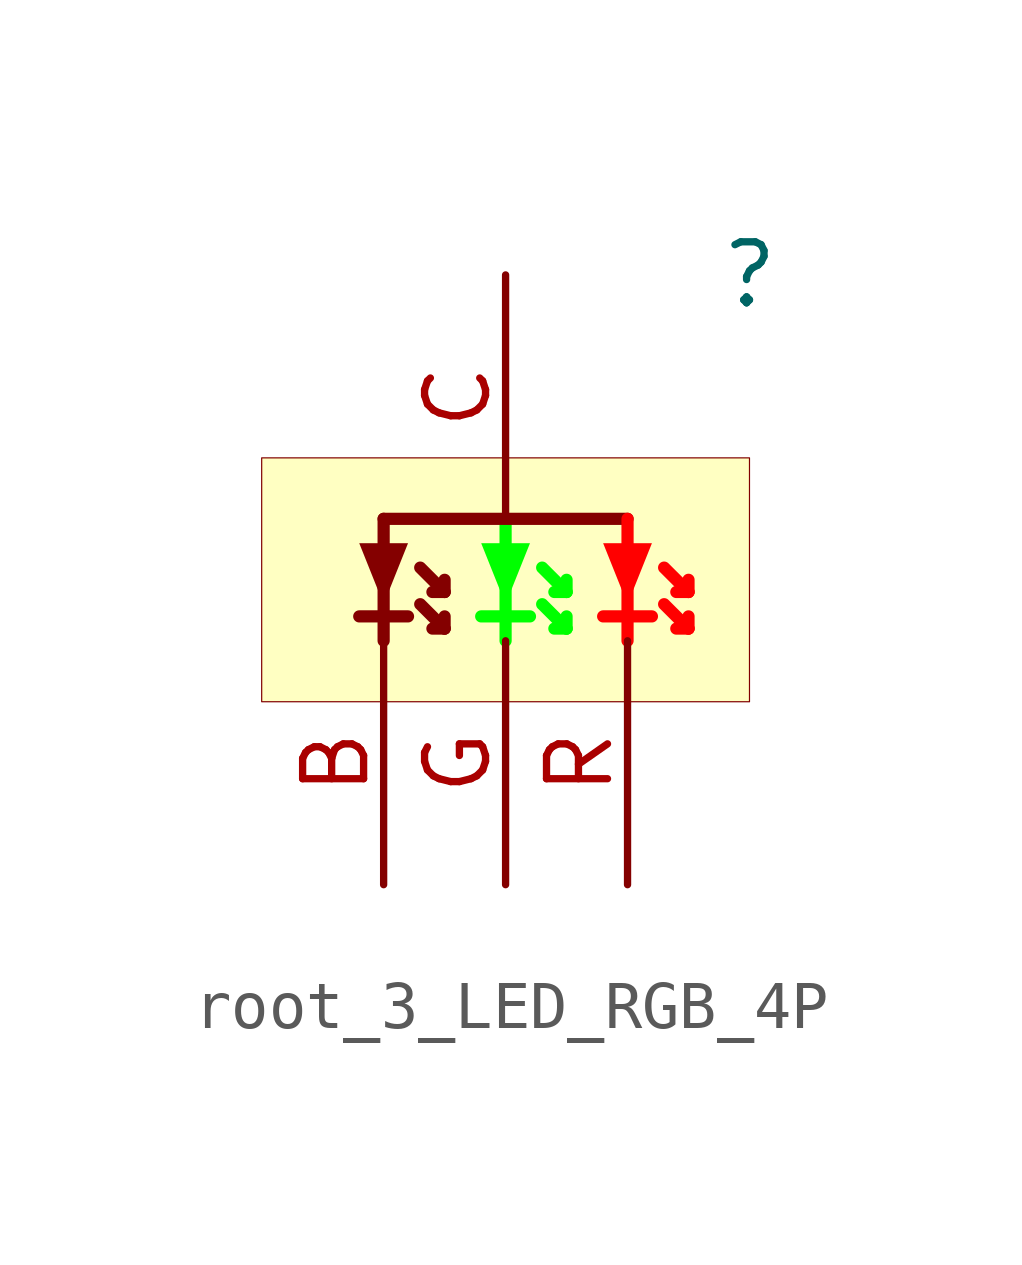
<source format=kicad_sym>
(kicad_symbol_lib
  (version 20231120)
  (generator "kicad_symbol_editor")
  (generator_version "8.0")
  (symbol "root_3_LED_RGB_4P"
    (property "Reference" ""
      (at 0 0 0)
      (effects (font (size 1.27 1.27))))
    (property "Value" ""
      (at 0 0 0)
      (effects (font (size 1.27 1.27))))
    (symbol "root_3_LED_RGB_4P_1_0"
      (rectangle (start 0 -3.81) (end -10.16 -8.89) (stroke (width 0.025) (type solid) (color 128 0 0 1)) (fill (type background)))
      (polyline (pts (xy -7.62 -5.08) (xy -7.62 -7.62)) (stroke (width 0.254) (type solid)) (fill (type none)))
      (polyline (pts (xy -7.112 -7.112) (xy -8.128 -7.112)) (stroke (width 0.254) (type solid)) (fill (type none)))
      (polyline (pts (xy -6.858 -6.858) (xy -6.35 -7.366)) (stroke (width 0.254) (type solid)) (fill (type none)))
      (polyline (pts (xy -6.858 -6.096) (xy -6.35 -6.604)) (stroke (width 0.254) (type solid)) (fill (type none)))
      (polyline (pts (xy -6.35 -7.366) (xy -6.604 -7.366)) (stroke (width 0.254) (type solid)) (fill (type none)))
      (polyline (pts (xy -6.35 -7.366) (xy -6.35 -7.112)) (stroke (width 0.254) (type solid)) (fill (type none)))
      (polyline (pts (xy -6.35 -6.604) (xy -6.604 -6.604)) (stroke (width 0.254) (type solid)) (fill (type none)))
      (polyline (pts (xy -6.35 -6.604) (xy -6.35 -6.35)) (stroke (width 0.254) (type solid)) (fill (type none)))
      (polyline (pts (xy -5.08 -5.08) (xy -5.08 -7.62)) (stroke (width 0.254) (type solid) (color 0 255 0 1)) (fill (type none)))
      (polyline (pts (xy -4.572 -7.112) (xy -5.588 -7.112)) (stroke (width 0.254) (type solid) (color 0 255 0 1)) (fill (type none)))
      (polyline (pts (xy -4.318 -6.858) (xy -3.81 -7.366)) (stroke (width 0.254) (type solid) (color 0 255 0 1)) (fill (type none)))
      (polyline (pts (xy -4.318 -6.096) (xy -3.81 -6.604)) (stroke (width 0.254) (type solid) (color 0 255 0 1)) (fill (type none)))
      (polyline (pts (xy -3.81 -7.366) (xy -4.064 -7.366)) (stroke (width 0.254) (type solid) (color 0 255 0 1)) (fill (type none)))
      (polyline (pts (xy -3.81 -7.366) (xy -3.81 -7.112)) (stroke (width 0.254) (type solid) (color 0 255 0 1)) (fill (type none)))
      (polyline (pts (xy -3.81 -6.604) (xy -4.064 -6.604)) (stroke (width 0.254) (type solid) (color 0 255 0 1)) (fill (type none)))
      (polyline (pts (xy -3.81 -6.604) (xy -3.81 -6.35)) (stroke (width 0.254) (type solid) (color 0 255 0 1)) (fill (type none)))
      (polyline (pts (xy -2.54 -5.08) (xy -7.62 -5.08)) (stroke (width 0.254) (type solid)) (fill (type none)))
      (polyline (pts (xy -2.54 -5.08) (xy -2.54 -7.62)) (stroke (width 0.254) (type solid) (color 255 0 0 1)) (fill (type none)))
      (polyline (pts (xy -2.032 -7.112) (xy -3.048 -7.112)) (stroke (width 0.254) (type solid) (color 255 0 0 1)) (fill (type none)))
      (polyline (pts (xy -1.778 -6.858) (xy -1.27 -7.366)) (stroke (width 0.254) (type solid) (color 255 0 0 1)) (fill (type none)))
      (polyline (pts (xy -1.778 -6.096) (xy -1.27 -6.604)) (stroke (width 0.254) (type solid) (color 255 0 0 1)) (fill (type none)))
      (polyline (pts (xy -1.27 -7.366) (xy -1.524 -7.366)) (stroke (width 0.254) (type solid) (color 255 0 0 1)) (fill (type none)))
      (polyline (pts (xy -1.27 -7.366) (xy -1.27 -7.112)) (stroke (width 0.254) (type solid) (color 255 0 0 1)) (fill (type none)))
      (polyline (pts (xy -1.27 -6.604) (xy -1.524 -6.604)) (stroke (width 0.254) (type solid) (color 255 0 0 1)) (fill (type none)))
      (polyline (pts (xy -1.27 -6.604) (xy -1.27 -6.35)) (stroke (width 0.254) (type solid) (color 255 0 0 1)) (fill (type none)))
      (polyline (pts (xy -7.62 -6.858) (xy -7.112 -5.588) (xy -8.128 -5.588) (xy -7.62 -6.858)) (stroke (width -0.0001) (type solid)) (fill (type outline)))
      (polyline (pts (xy -5.08 -6.858) (xy -4.572 -5.588) (xy -5.588 -5.588) (xy -5.08 -6.858)) (stroke (width -0.0001) (type solid) (color 0 255 0 1)) (fill (type outline)))
      (polyline (pts (xy -2.54 -6.858) (xy -2.032 -5.588) (xy -3.048 -5.588) (xy -2.54 -6.858)) (stroke (width -0.0001) (type solid) (color 255 0 0 1)) (fill (type outline)))
      (pin passive line (at -7.62 -12.7 90) (length 5.08) (name "B" (effects (font (size 0 0)))) (number "B" (effects (font (size 1.27 1.27)))))
      (pin passive line (at -5.08 0 270) (length 5.08) (name "C" (effects (font (size 0 0)))) (number "C" (effects (font (size 1.27 1.27)))))
      (pin passive line (at -5.08 -12.7 90) (length 5.08) (name "G" (effects (font (size 0 0)))) (number "G" (effects (font (size 1.27 1.27)))))
      (pin passive line (at -2.54 -12.7 90) (length 5.08) (name "R" (effects (font (size 0 0)))) (number "R" (effects (font (size 1.27 1.27))))))))
</source>
